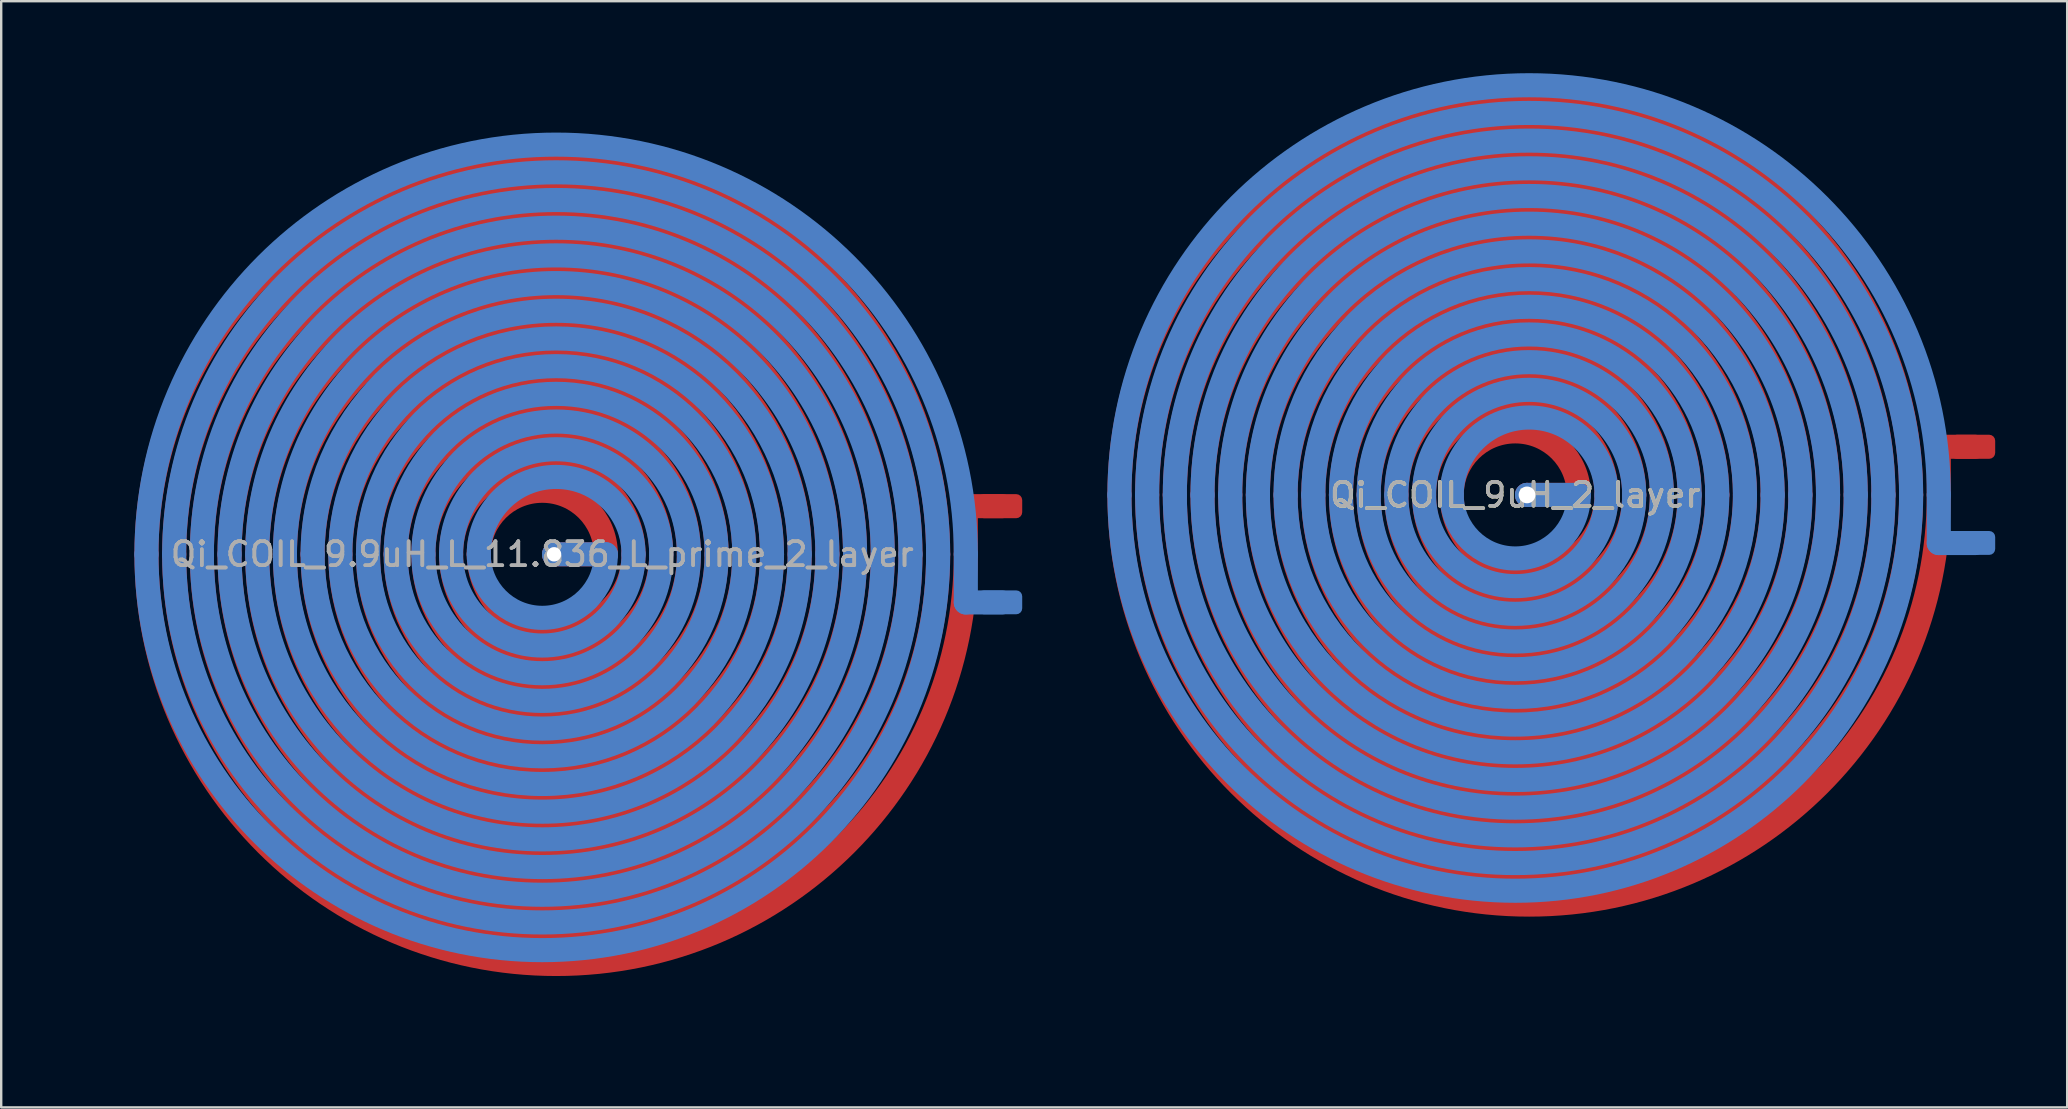
<source format=kicad_pcb>
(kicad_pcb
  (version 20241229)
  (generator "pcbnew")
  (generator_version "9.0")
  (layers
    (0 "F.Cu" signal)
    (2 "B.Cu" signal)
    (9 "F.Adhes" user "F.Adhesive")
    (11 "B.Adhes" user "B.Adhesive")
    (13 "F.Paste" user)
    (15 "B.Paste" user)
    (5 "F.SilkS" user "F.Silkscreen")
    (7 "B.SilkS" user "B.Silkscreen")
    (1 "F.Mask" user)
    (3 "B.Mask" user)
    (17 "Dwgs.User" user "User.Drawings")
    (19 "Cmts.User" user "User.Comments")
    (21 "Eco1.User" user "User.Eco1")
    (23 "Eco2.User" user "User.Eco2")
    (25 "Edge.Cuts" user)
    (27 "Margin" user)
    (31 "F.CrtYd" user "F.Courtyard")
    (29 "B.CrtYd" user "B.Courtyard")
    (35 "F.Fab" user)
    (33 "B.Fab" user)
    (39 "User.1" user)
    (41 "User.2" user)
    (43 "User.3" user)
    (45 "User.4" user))
  (footprint "Qi_COIL_9uH_2_layer"
    (layer "F.Cu")
    (at 60.098 17.575)
    (property "Reference" "Qi_COIL_9uH_2_layer" (at 0 0 0) (unlocked yes) (layer "F.SilkS") (effects (font (size 1 1) (thickness 0.15))))
    (attr smd exclude_from_pos_files exclude_from_bom allow_missing_courtyard)
    (fp_line (start 2.648 0) (end 0.49 0) (stroke (width 1.004) (type default)) (layer "F.Cu"))
    (fp_line (start 17.65 -2.006) (end 19.154 -2.006) (stroke (width 1.004) (type default)) (layer "F.Cu"))
    (fp_line (start 17.65 0) (end 17.65 -2.006) (stroke (width 1.004) (type default)) (layer "F.Cu"))
    (fp_arc (start -16.496 0) (mid 0 -16.496) (end 16.496 0) (stroke (width 1.004) (type default)) (layer "F.Cu"))
    (fp_arc (start -15.342 0) (mid 0 -15.342) (end 15.342 0) (stroke (width 1.004) (type default)) (layer "F.Cu"))
    (fp_arc (start -14.188 0) (mid 0 -14.188) (end 14.188 0) (stroke (width 1.004) (type default)) (layer "F.Cu"))
    (fp_arc (start -13.034 0) (mid 0 -13.034) (end 13.034 0) (stroke (width 1.004) (type default)) (layer "F.Cu"))
    (fp_arc (start -11.88 0) (mid 0 -11.88) (end 11.88 0) (stroke (width 1.004) (type default)) (layer "F.Cu"))
    (fp_arc (start -10.726 0) (mid 0 -10.726) (end 10.726 0) (stroke (width 1.004) (type default)) (layer "F.Cu"))
    (fp_arc (start -9.572 0) (mid 0 -9.572) (end 9.572 0) (stroke (width 1.004) (type default)) (layer "F.Cu"))
    (fp_arc (start -8.418 0) (mid 0 -8.418) (end 8.418 0) (stroke (width 1.004) (type default)) (layer "F.Cu"))
    (fp_arc (start -7.264 0) (mid 0 -7.264) (end 7.264 0) (stroke (width 1.004) (type default)) (layer "F.Cu"))
    (fp_arc (start -6.11 0) (mid 0 -6.11) (end 6.11 0) (stroke (width 1.004) (type default)) (layer "F.Cu"))
    (fp_arc (start -4.956 0) (mid 0 -4.956) (end 4.956 0) (stroke (width 1.004) (type default)) (layer "F.Cu"))
    (fp_arc (start -3.802 0) (mid 0 -3.802) (end 3.802 0) (stroke (width 1.004) (type default)) (layer "F.Cu"))
    (fp_arc (start -2.648 0) (mid 0 -2.648) (end 2.648 0) (stroke (width 1.004) (type default)) (layer "F.Cu"))
    (fp_arc (start 3.802 0) (mid 0.577 3.225) (end -2.648 0) (stroke (width 1.004) (type default)) (layer "F.Cu"))
    (fp_arc (start 4.956 0) (mid 0.577 4.379) (end -3.802 0) (stroke (width 1.004) (type default)) (layer "F.Cu"))
    (fp_arc (start 6.11 0) (mid 0.577 5.533) (end -4.956 0) (stroke (width 1.004) (type default)) (layer "F.Cu"))
    (fp_arc (start 7.264 0) (mid 0.577 6.687) (end -6.11 0) (stroke (width 1.004) (type default)) (layer "F.Cu"))
    (fp_arc (start 8.418 0) (mid 0.577 7.841) (end -7.264 0) (stroke (width 1.004) (type default)) (layer "F.Cu"))
    (fp_arc (start 9.572 0) (mid 0.577 8.995) (end -8.418 0) (stroke (width 1.004) (type default)) (layer "F.Cu"))
    (fp_arc (start 10.726 0) (mid 0.577 10.149) (end -9.572 0) (stroke (width 1.004) (type default)) (layer "F.Cu"))
    (fp_arc (start 11.88 0) (mid 0.577 11.303) (end -10.726 0) (stroke (width 1.004) (type default)) (layer "F.Cu"))
    (fp_arc (start 13.034 0) (mid 0.577 12.457) (end -11.88 0) (stroke (width 1.004) (type default)) (layer "F.Cu"))
    (fp_arc (start 14.188 0) (mid 0.577 13.611) (end -13.034 0) (stroke (width 1.004) (type default)) (layer "F.Cu"))
    (fp_arc (start 15.342 0) (mid 0.577 14.765) (end -14.188 0) (stroke (width 1.004) (type default)) (layer "F.Cu"))
    (fp_arc (start 16.496 0) (mid 0.577 15.919) (end -15.342 0) (stroke (width 1.004) (type default)) (layer "F.Cu"))
    (fp_arc (start 17.65 0) (mid 0.577 17.073) (end -16.496 0) (stroke (width 1.004) (type default)) (layer "F.Cu"))
    (fp_line (start 2.648 0) (end 0.49 0) (stroke (width 1.004) (type default)) (layer "B.Cu"))
    (fp_line (start 17.65 0) (end 17.65 2.006) (stroke (width 1.004) (type default)) (layer "B.Cu"))
    (fp_line (start 17.65 2.006) (end 19.154 2.006) (stroke (width 1.004) (type default)) (layer "B.Cu"))
    (fp_arc (start -16.496 0) (mid 0.577 -17.073) (end 17.65 0) (stroke (width 1.004) (type default)) (layer "B.Cu"))
    (fp_arc (start -15.342 0) (mid 0.577 -15.919) (end 16.496 0) (stroke (width 1.004) (type default)) (layer "B.Cu"))
    (fp_arc (start -14.188 0) (mid 0.577 -14.765) (end 15.342 0) (stroke (width 1.004) (type default)) (layer "B.Cu"))
    (fp_arc (start -13.034 0) (mid 0.577 -13.611) (end 14.188 0) (stroke (width 1.004) (type default)) (layer "B.Cu"))
    (fp_arc (start -11.88 0) (mid 0.577 -12.457) (end 13.034 0) (stroke (width 1.004) (type default)) (layer "B.Cu"))
    (fp_arc (start -10.726 0) (mid 0.577 -11.303) (end 11.88 0) (stroke (width 1.004) (type default)) (layer "B.Cu"))
    (fp_arc (start -9.572 0) (mid 0.577 -10.149) (end 10.726 0) (stroke (width 1.004) (type default)) (layer "B.Cu"))
    (fp_arc (start -8.418 0) (mid 0.577 -8.995) (end 9.572 0) (stroke (width 1.004) (type default)) (layer "B.Cu"))
    (fp_arc (start -7.264 0) (mid 0.577 -7.841) (end 8.418 0) (stroke (width 1.004) (type default)) (layer "B.Cu"))
    (fp_arc (start -6.11 0) (mid 0.577 -6.687) (end 7.264 0) (stroke (width 1.004) (type default)) (layer "B.Cu"))
    (fp_arc (start -4.956 0) (mid 0.577 -5.533) (end 6.11 0) (stroke (width 1.004) (type default)) (layer "B.Cu"))
    (fp_arc (start -3.802 0) (mid 0.577 -4.379) (end 4.956 0) (stroke (width 1.004) (type default)) (layer "B.Cu"))
    (fp_arc (start -2.648 0) (mid 0.577 -3.225) (end 3.802 0) (stroke (width 1.004) (type default)) (layer "B.Cu"))
    (fp_arc (start 2.648 0) (mid 0 2.648) (end -2.648 0) (stroke (width 1.004) (type default)) (layer "B.Cu"))
    (fp_arc (start 3.802 0) (mid 0 3.802) (end -3.802 0) (stroke (width 1.004) (type default)) (layer "B.Cu"))
    (fp_arc (start 4.956 0) (mid 0 4.956) (end -4.956 0) (stroke (width 1.004) (type default)) (layer "B.Cu"))
    (fp_arc (start 6.11 0) (mid 0 6.11) (end -6.11 0) (stroke (width 1.004) (type default)) (layer "B.Cu"))
    (fp_arc (start 7.264 0) (mid 0 7.264) (end -7.264 0) (stroke (width 1.004) (type default)) (layer "B.Cu"))
    (fp_arc (start 8.418 0) (mid 0 8.418) (end -8.418 0) (stroke (width 1.004) (type default)) (layer "B.Cu"))
    (fp_arc (start 9.572 0) (mid 0 9.572) (end -9.572 0) (stroke (width 1.004) (type default)) (layer "B.Cu"))
    (fp_arc (start 10.726 0) (mid 0 10.726) (end -10.726 0) (stroke (width 1.004) (type default)) (layer "B.Cu"))
    (fp_arc (start 11.88 0) (mid 0 11.88) (end -11.88 0) (stroke (width 1.004) (type default)) (layer "B.Cu"))
    (fp_arc (start 13.034 0) (mid 0 13.034) (end -13.034 0) (stroke (width 1.004) (type default)) (layer "B.Cu"))
    (fp_arc (start 14.188 0) (mid 0 14.188) (end -14.188 0) (stroke (width 1.004) (type default)) (layer "B.Cu"))
    (fp_arc (start 15.342 0) (mid 0 15.342) (end -15.342 0) (stroke (width 1.004) (type default)) (layer "B.Cu"))
    (fp_arc (start 16.496 0) (mid 0 16.496) (end -16.496 0) (stroke (width 1.004) (type default)) (layer "B.Cu"))
    (fp_text user "${REFERENCE}" (at 0 0 0) (unlocked yes) (layer "F.Fab") (effects (font (size 1 1) (thickness 0.15))))
    (pad "0" thru_hole circle (at 0.49 0) (size 1.004 1.004) (drill 0.7) (layers "*.Cu") (remove_unused_layers yes) (keep_end_layers yes) (zone_layer_connections))
    (pad "1" smd roundrect (at 19.075 -2.006) (size 1.85 1.004) (layers "F.Cu") (roundrect_rratio 0.25))
    (pad "2" smd roundrect (at 19.075 2.002) (size 1.85 0.996) (layers "B.Cu") (roundrect_rratio 0.25)))
  (footprint "Qi_COIL_9.9uH_L_11.836_L_prime_2_layer"
    (layer "F.Cu")
    (at 19.55 20.05)
    (property "Reference" "Qi_COIL_9.9uH_L_11.836_L_prime_2_layer" (at 0 0 0) (unlocked yes) (layer "F.Fab") (effects (font (size 1 1) (thickness 0.15))))
    (attr smd exclude_from_pos_files exclude_from_bom allow_missing_courtyard)
    (fp_line (start 2.648 0) (end 0.49 0) (stroke (width 1.004) (type default)) (layer "F.Cu"))
    (fp_line (start 17.65 -2.006) (end 19.154 -2.006) (stroke (width 1.004) (type default)) (layer "F.Cu"))
    (fp_line (start 17.65 0) (end 17.65 -2.006) (stroke (width 1.004) (type default)) (layer "F.Cu"))
    (fp_arc (start -16.495999 0) (mid 0 -16.495999) (end 16.495999 0) (stroke (width 1.004) (type default)) (layer "F.Cu"))
    (fp_arc (start -15.342 0) (mid 0 -15.342) (end 15.342 0) (stroke (width 1.004) (type default)) (layer "F.Cu"))
    (fp_arc (start -14.188 0) (mid 0 -14.188) (end 14.188 0) (stroke (width 1.004) (type default)) (layer "F.Cu"))
    (fp_arc (start -13.034 0) (mid 0 -13.034) (end 13.034 0) (stroke (width 1.004) (type default)) (layer "F.Cu"))
    (fp_arc (start -11.880001 0) (mid 0 -11.880001) (end 11.880001 0) (stroke (width 1.004) (type default)) (layer "F.Cu"))
    (fp_arc (start -10.726 0) (mid 0 -10.726) (end 10.726 0) (stroke (width 1.004) (type default)) (layer "F.Cu"))
    (fp_arc (start -9.572 0) (mid 0 -9.572) (end 9.572 0) (stroke (width 1.004) (type default)) (layer "F.Cu"))
    (fp_arc (start -8.418 0) (mid 0 -8.418) (end 8.418 0) (stroke (width 1.004) (type default)) (layer "F.Cu"))
    (fp_arc (start -7.264 0) (mid 0 -7.264) (end 7.264 0) (stroke (width 1.004) (type default)) (layer "F.Cu"))
    (fp_arc (start -6.109999 0) (mid 0 -6.109999) (end 6.109999 0) (stroke (width 1.004) (type default)) (layer "F.Cu"))
    (fp_arc (start -4.956 0) (mid 0 -4.956) (end 4.956 0) (stroke (width 1.004) (type default)) (layer "F.Cu"))
    (fp_arc (start -3.802 0) (mid 0 -3.802) (end 3.802 0) (stroke (width 1.004) (type default)) (layer "F.Cu"))
    (fp_arc (start -2.648 0) (mid 0 -2.648) (end 2.648 0) (stroke (width 1.004) (type default)) (layer "F.Cu"))
    (fp_arc (start 3.802 0) (mid 0.577 3.225) (end -2.648 0) (stroke (width 1.004) (type default)) (layer "F.Cu"))
    (fp_arc (start 4.956 0) (mid 0.577 4.379) (end -3.802 0) (stroke (width 1.004) (type default)) (layer "F.Cu"))
    (fp_arc (start 6.109999 0) (mid 0.577 5.533) (end -4.956 0) (stroke (width 1.004) (type default)) (layer "F.Cu"))
    (fp_arc (start 7.264 0) (mid 0.577001 6.687) (end -6.109999 0) (stroke (width 1.004) (type default)) (layer "F.Cu"))
    (fp_arc (start 8.418 0) (mid 0.577 7.841) (end -7.264 0) (stroke (width 1.004) (type default)) (layer "F.Cu"))
    (fp_arc (start 9.572 0) (mid 0.577 8.995) (end -8.418 0) (stroke (width 1.004) (type default)) (layer "F.Cu"))
    (fp_arc (start 10.726 0) (mid 0.577 10.149) (end -9.572 0) (stroke (width 1.004) (type default)) (layer "F.Cu"))
    (fp_arc (start 11.880001 0) (mid 0.577001 11.303) (end -10.726 0) (stroke (width 1.004) (type default)) (layer "F.Cu"))
    (fp_arc (start 13.034 0) (mid 0.577 12.457) (end -11.880001 0) (stroke (width 1.004) (type default)) (layer "F.Cu"))
    (fp_arc (start 14.188 0) (mid 0.577 13.611) (end -13.034 0) (stroke (width 1.004) (type default)) (layer "F.Cu"))
    (fp_arc (start 15.342 0) (mid 0.577 14.765) (end -14.188 0) (stroke (width 1.004) (type default)) (layer "F.Cu"))
    (fp_arc (start 16.495999 0) (mid 0.577 15.919) (end -15.342 0) (stroke (width 1.004) (type default)) (layer "F.Cu"))
    (fp_arc (start 17.65 0) (mid 0.577001 17.073) (end -16.495999 0) (stroke (width 1.004) (type default)) (layer "F.Cu"))
    (fp_line (start 2.648 0) (end 0.49 0) (stroke (width 1.004) (type default)) (layer "B.Cu"))
    (fp_line (start 17.65 0) (end 17.65 2.006) (stroke (width 1.004) (type default)) (layer "B.Cu"))
    (fp_line (start 17.65 2.006) (end 19.154 2.006) (stroke (width 1.004) (type default)) (layer "B.Cu"))
    (fp_arc (start -16.495999 0) (mid 0.577001 -17.073) (end 17.65 0) (stroke (width 1.004) (type default)) (layer "B.Cu"))
    (fp_arc (start -15.342 0) (mid 0.577 -15.919) (end 16.495999 0) (stroke (width 1.004) (type default)) (layer "B.Cu"))
    (fp_arc (start -14.188 0) (mid 0.577 -14.765) (end 15.342 0) (stroke (width 1.004) (type default)) (layer "B.Cu"))
    (fp_arc (start -13.034 0) (mid 0.577 -13.611) (end 14.188 0) (stroke (width 1.004) (type default)) (layer "B.Cu"))
    (fp_arc (start -11.880001 0) (mid 0.577 -12.457) (end 13.034 0) (stroke (width 1.004) (type default)) (layer "B.Cu"))
    (fp_arc (start -10.726 0) (mid 0.577001 -11.303) (end 11.880001 0) (stroke (width 1.004) (type default)) (layer "B.Cu"))
    (fp_arc (start -9.572 0) (mid 0.577 -10.149) (end 10.726 0) (stroke (width 1.004) (type default)) (layer "B.Cu"))
    (fp_arc (start -8.418 0) (mid 0.577 -8.995) (end 9.572 0) (stroke (width 1.004) (type default)) (layer "B.Cu"))
    (fp_arc (start -7.264 0) (mid 0.577 -7.841) (end 8.418 0) (stroke (width 1.004) (type default)) (layer "B.Cu"))
    (fp_arc (start -6.109999 0) (mid 0.577001 -6.687) (end 7.264 0) (stroke (width 1.004) (type default)) (layer "B.Cu"))
    (fp_arc (start -4.956 0) (mid 0.577 -5.533) (end 6.109999 0) (stroke (width 1.004) (type default)) (layer "B.Cu"))
    (fp_arc (start -3.802 0) (mid 0.577 -4.379) (end 4.956 0) (stroke (width 1.004) (type default)) (layer "B.Cu"))
    (fp_arc (start -2.648 0) (mid 0.577 -3.225) (end 3.802 0) (stroke (width 1.004) (type default)) (layer "B.Cu"))
    (fp_arc (start 2.648 0) (mid 0 2.648) (end -2.648 0) (stroke (width 1.004) (type default)) (layer "B.Cu"))
    (fp_arc (start 3.802 0) (mid 0 3.802) (end -3.802 0) (stroke (width 1.004) (type default)) (layer "B.Cu"))
    (fp_arc (start 4.956 0) (mid 0 4.956) (end -4.956 0) (stroke (width 1.004) (type default)) (layer "B.Cu"))
    (fp_arc (start 6.109999 0) (mid 0 6.109999) (end -6.109999 0) (stroke (width 1.004) (type default)) (layer "B.Cu"))
    (fp_arc (start 7.264 0) (mid 0 7.264) (end -7.264 0) (stroke (width 1.004) (type default)) (layer "B.Cu"))
    (fp_arc (start 8.418 0) (mid 0 8.418) (end -8.418 0) (stroke (width 1.004) (type default)) (layer "B.Cu"))
    (fp_arc (start 9.572 0) (mid 0 9.572) (end -9.572 0) (stroke (width 1.004) (type default)) (layer "B.Cu"))
    (fp_arc (start 10.726 0) (mid 0 10.726) (end -10.726 0) (stroke (width 1.004) (type default)) (layer "B.Cu"))
    (fp_arc (start 11.880001 0) (mid 0 11.880001) (end -11.880001 0) (stroke (width 1.004) (type default)) (layer "B.Cu"))
    (fp_arc (start 13.034 0) (mid 0 13.034) (end -13.034 0) (stroke (width 1.004) (type default)) (layer "B.Cu"))
    (fp_arc (start 14.188 0) (mid 0 14.188) (end -14.188 0) (stroke (width 1.004) (type default)) (layer "B.Cu"))
    (fp_arc (start 15.342 0) (mid 0 15.342) (end -15.342 0) (stroke (width 1.004) (type default)) (layer "B.Cu"))
    (fp_arc (start 16.495999 0) (mid 0 16.495999) (end -16.495999 0) (stroke (width 1.004) (type default)) (layer "B.Cu"))
    (fp_circle (center 0.5 0) (end 20.5 0) (stroke (width 0.1) (type solid)) (fill no) (layer "Margin"))
    (fp_text user "${REFERENCE}" (at 0 0 0) (unlocked yes) (layer "F.Fab") (effects (font (size 1 1) (thickness 0.15))))
    (pad "0" thru_hole circle (at 0.49 0) (size 1.004 1.004) (drill 0.6) (layers "*.Cu" "F.Mask") (remove_unused_layers yes) (keep_end_layers yes) (zone_layer_connections))
    (pad "1" smd roundrect (at 19.075 -2.006) (size 1.85 1.004) (layers "F.Cu") (roundrect_rratio 0.25))
    (pad "2" smd roundrect (at 19.075 2.002) (size 1.85 0.996) (layers "B.Cu") (roundrect_rratio 0.25)))
  (gr_rect
    (start -3 -3)
    (end 83.098 43.1)
    (stroke (width 0.1) (type default))
    (fill no)
    (layer "Edge.Cuts")))
</source>
